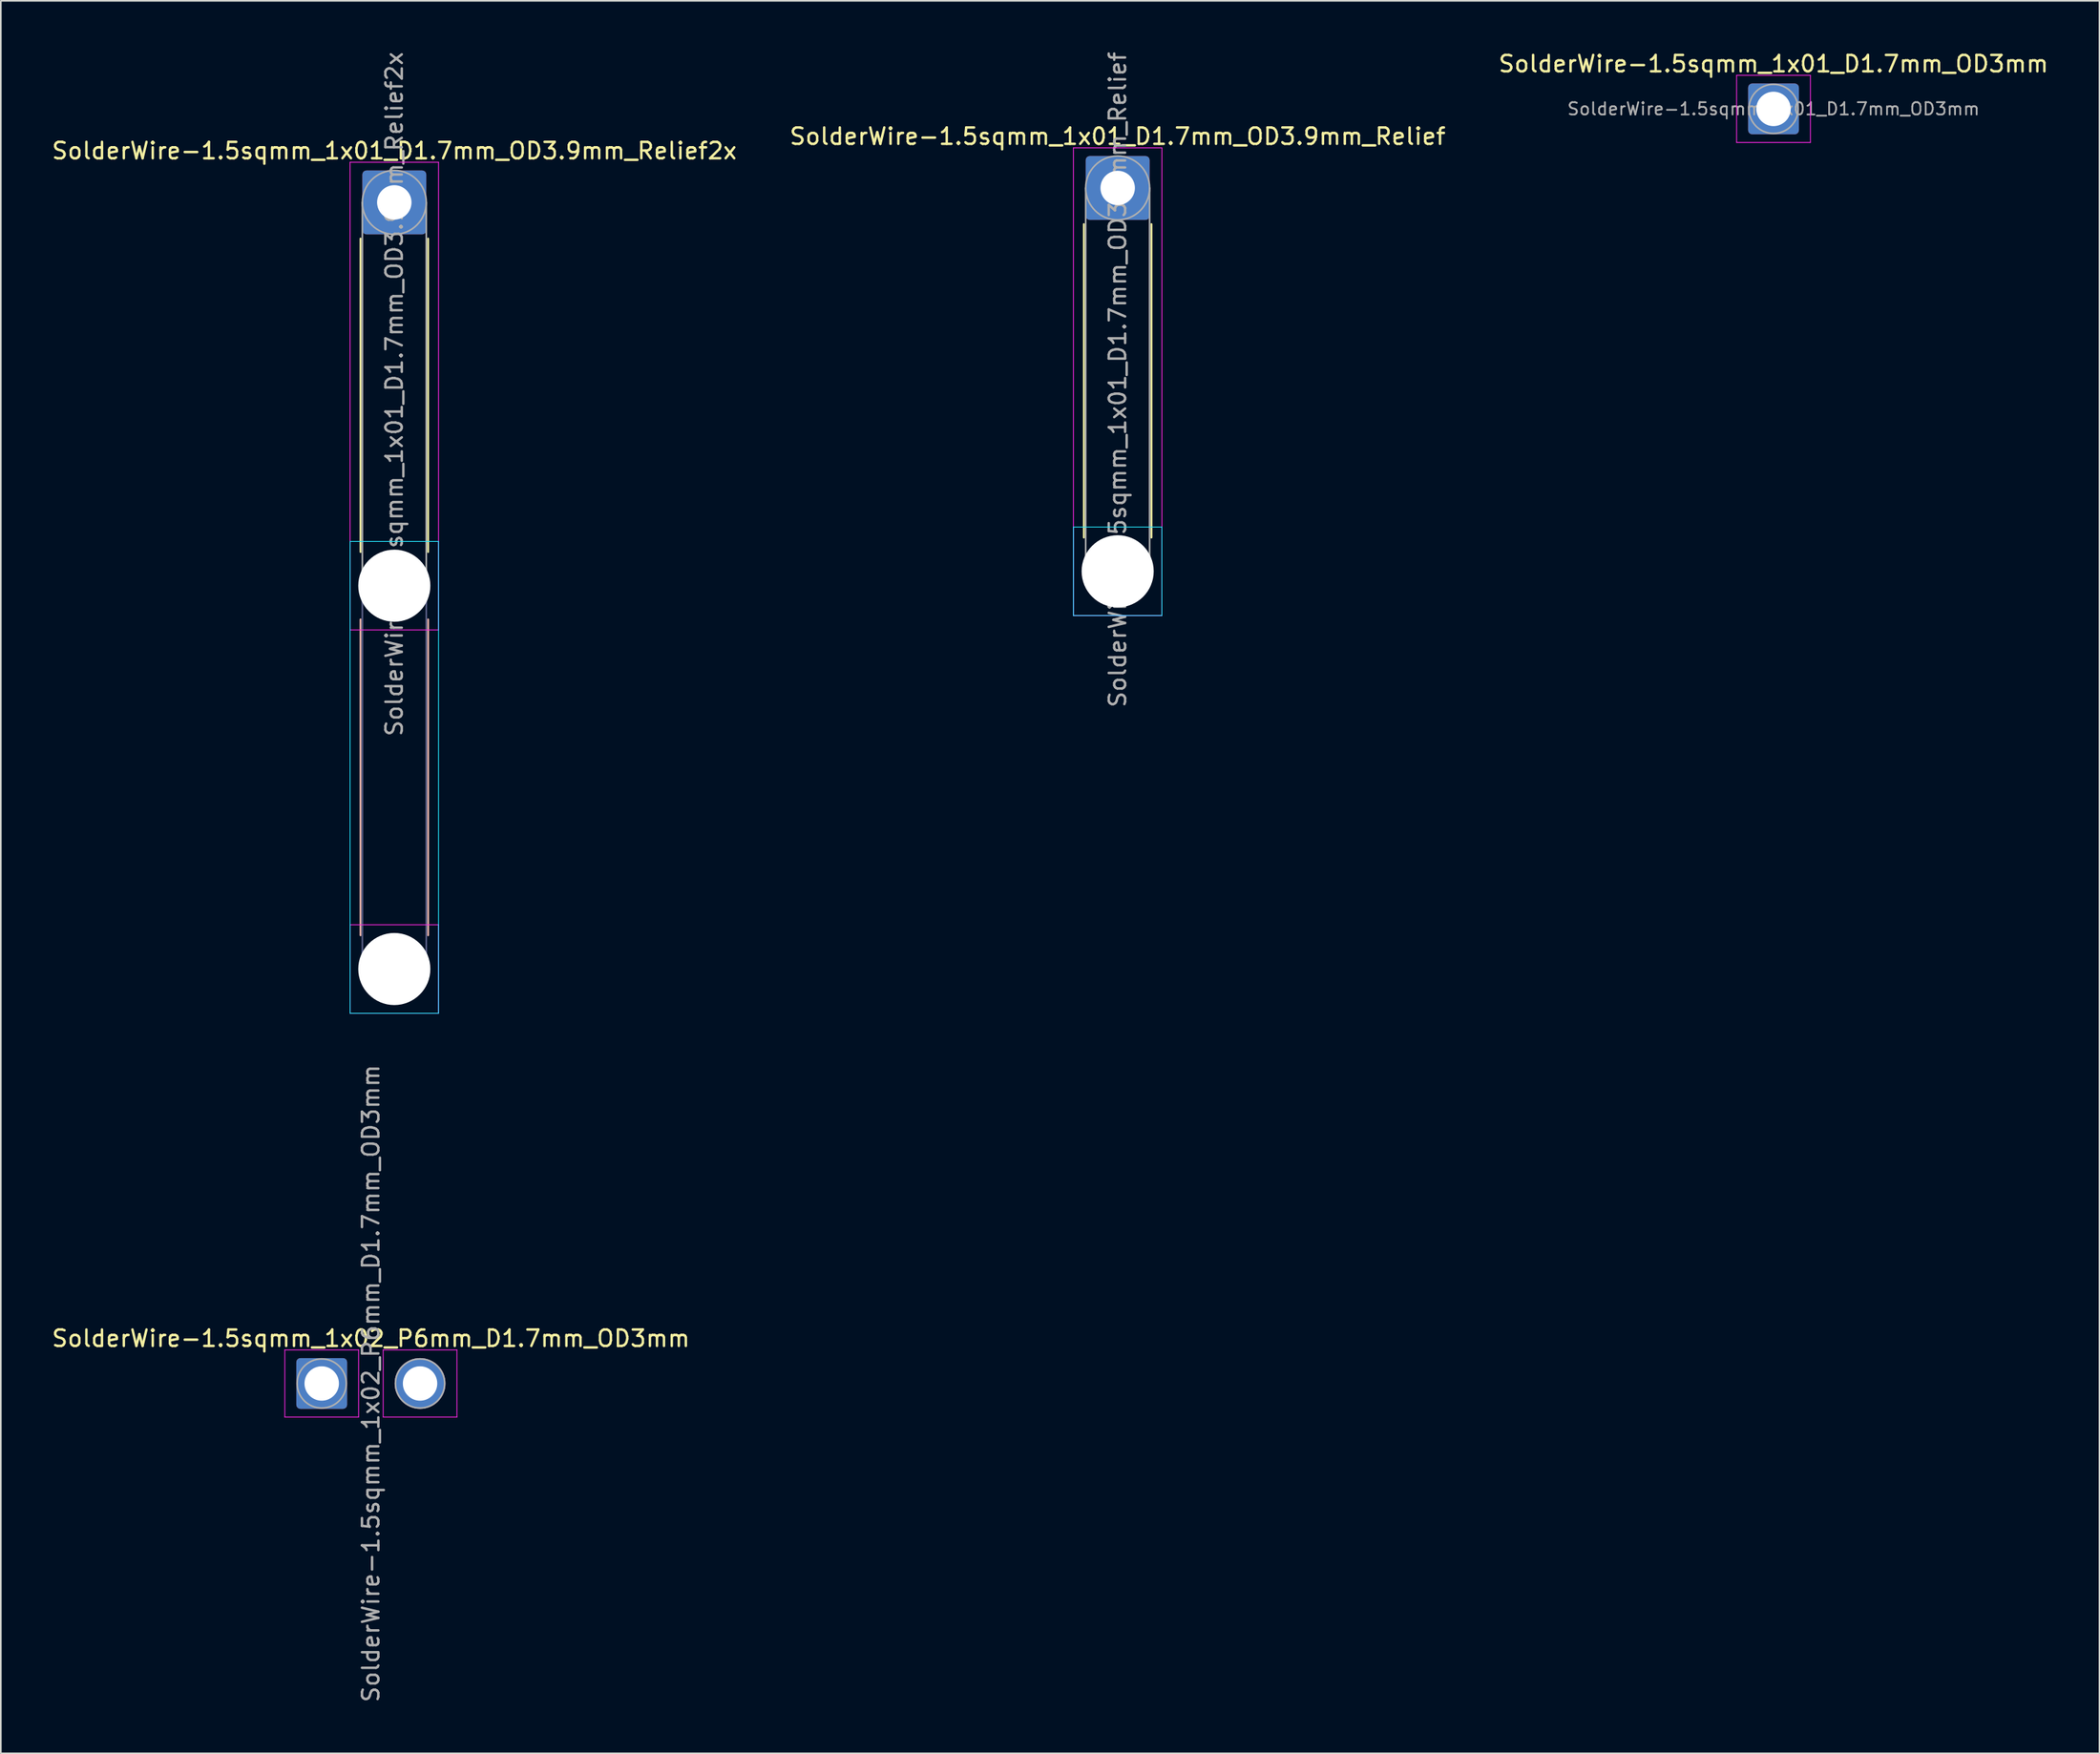
<source format=kicad_pcb>
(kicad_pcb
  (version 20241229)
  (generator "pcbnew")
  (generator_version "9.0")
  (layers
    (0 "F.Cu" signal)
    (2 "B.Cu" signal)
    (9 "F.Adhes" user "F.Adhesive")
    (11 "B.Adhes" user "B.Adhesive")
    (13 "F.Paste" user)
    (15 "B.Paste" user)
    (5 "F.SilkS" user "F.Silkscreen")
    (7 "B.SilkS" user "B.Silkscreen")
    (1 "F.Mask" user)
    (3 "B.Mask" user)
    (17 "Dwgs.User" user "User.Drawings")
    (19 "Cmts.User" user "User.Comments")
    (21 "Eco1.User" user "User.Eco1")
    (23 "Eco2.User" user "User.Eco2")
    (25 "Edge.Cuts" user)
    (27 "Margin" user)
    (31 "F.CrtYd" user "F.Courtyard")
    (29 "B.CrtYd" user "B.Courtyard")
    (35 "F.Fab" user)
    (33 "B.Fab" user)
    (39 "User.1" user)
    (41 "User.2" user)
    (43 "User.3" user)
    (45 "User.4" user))
  (footprint "SolderWire-1.5sqmm_1x01_D1.7mm_OD3.9mm_Relief2x"
    (layer "F.Cu")
    (at 21.006 9.306)
    (property "Reference" "SolderWire-1.5sqmm_1x01_D1.7mm_OD3.9mm_Relief2x" (at 0 -3.15 0) (layer "F.SilkS") (effects (font (size 1 1) (thickness 0.15))))
    (attr exclude_from_pos_files exclude_from_bom)
    (fp_line (start -2.06 2.21) (end -2.06 21.34) (stroke (width 0.12) (type solid)) (layer "F.SilkS"))
    (fp_line (start 2.06 2.21) (end 2.06 21.34) (stroke (width 0.12) (type solid)) (layer "F.SilkS"))
    (fp_line (start -2.06 25.46) (end -2.06 44.74) (stroke (width 0.12) (type solid)) (layer "B.SilkS"))
    (fp_line (start 2.06 25.46) (end 2.06 44.74) (stroke (width 0.12) (type solid)) (layer "B.SilkS"))
    (fp_line (start -2.7 20.7) (end -2.7 49.5) (stroke (width 0.05) (type solid)) (layer "B.CrtYd"))
    (fp_line (start -2.7 49.5) (end 2.7 49.5) (stroke (width 0.05) (type solid)) (layer "B.CrtYd"))
    (fp_line (start 2.7 20.7) (end -2.7 20.7) (stroke (width 0.05) (type solid)) (layer "B.CrtYd"))
    (fp_line (start 2.7 49.5) (end 2.7 20.7) (stroke (width 0.05) (type solid)) (layer "B.CrtYd"))
    (fp_line (start -2.7 -2.45) (end -2.7 26.1) (stroke (width 0.05) (type solid)) (layer "F.CrtYd"))
    (fp_line (start -2.7 26.1) (end 2.7 26.1) (stroke (width 0.05) (type solid)) (layer "F.CrtYd"))
    (fp_line (start -2.7 44.1) (end -2.7 49.5) (stroke (width 0.05) (type solid)) (layer "F.CrtYd"))
    (fp_line (start -2.7 49.5) (end 2.7 49.5) (stroke (width 0.05) (type solid)) (layer "F.CrtYd"))
    (fp_line (start 2.7 -2.45) (end -2.7 -2.45) (stroke (width 0.05) (type solid)) (layer "F.CrtYd"))
    (fp_line (start 2.7 26.1) (end 2.7 -2.45) (stroke (width 0.05) (type solid)) (layer "F.CrtYd"))
    (fp_line (start 2.7 44.1) (end -2.7 44.1) (stroke (width 0.05) (type solid)) (layer "F.CrtYd"))
    (fp_line (start 2.7 49.5) (end 2.7 44.1) (stroke (width 0.05) (type solid)) (layer "F.CrtYd"))
    (fp_line (start -1.95 23.4) (end -1.95 46.8) (stroke (width 0.1) (type solid)) (layer "B.Fab"))
    (fp_line (start 1.95 23.4) (end 1.95 46.8) (stroke (width 0.1) (type solid)) (layer "B.Fab"))
    (fp_circle (center 0 23.4) (end 1.95 23.4) (stroke (width 0.1) (type solid)) (fill no) (layer "B.Fab"))
    (fp_circle (center 0 46.8) (end 1.95 46.8) (stroke (width 0.1) (type solid)) (fill no) (layer "B.Fab"))
    (fp_line (start -1.95 0) (end -1.95 23.4) (stroke (width 0.1) (type solid)) (layer "F.Fab"))
    (fp_line (start 1.95 0) (end 1.95 23.4) (stroke (width 0.1) (type solid)) (layer "F.Fab"))
    (fp_circle (center 0 0) (end 1.95 0) (stroke (width 0.1) (type solid)) (fill no) (layer "F.Fab"))
    (fp_circle (center 0 23.4) (end 1.95 23.4) (stroke (width 0.1) (type solid)) (fill no) (layer "F.Fab"))
    (fp_circle (center 0 46.8) (end 1.95 46.8) (stroke (width 0.1) (type solid)) (fill no) (layer "F.Fab"))
    (fp_text user "${REFERENCE}" (at 0 11.7 90) (layer "F.Fab") (effects (font (size 1 1) (thickness 0.15))))
    (pad "" np_thru_hole circle (at 0 23.4) (size 4.4 4.4) (drill 4.4) (layers "*.Cu" "*.Mask"))
    (pad "" np_thru_hole circle (at 0 46.8) (size 4.4 4.4) (drill 4.4) (layers "*.Cu" "*.Mask"))
    (pad "1" thru_hole roundrect (at 0 0) (size 3.9 3.9) (drill 2.1) (layers "*.Cu" "*.Mask") (roundrect_rratio 0.064)))
  (footprint "SolderWire-1.5sqmm_1x01_D1.7mm_OD3.9mm_Relief"
    (layer "F.Cu")
    (at 65.137 8.425)
    (property "Reference" "SolderWire-1.5sqmm_1x01_D1.7mm_OD3.9mm_Relief" (at 0 -3.15 0) (layer "F.SilkS") (effects (font (size 1 1) (thickness 0.15))))
    (attr exclude_from_pos_files exclude_from_bom)
    (fp_line (start -2.06 2.21) (end -2.06 21.34) (stroke (width 0.12) (type solid)) (layer "F.SilkS"))
    (fp_line (start 2.06 2.21) (end 2.06 21.34) (stroke (width 0.12) (type solid)) (layer "F.SilkS"))
    (fp_line (start -2.7 20.7) (end -2.7 26.1) (stroke (width 0.05) (type solid)) (layer "B.CrtYd"))
    (fp_line (start -2.7 26.1) (end 2.7 26.1) (stroke (width 0.05) (type solid)) (layer "B.CrtYd"))
    (fp_line (start 2.7 20.7) (end -2.7 20.7) (stroke (width 0.05) (type solid)) (layer "B.CrtYd"))
    (fp_line (start 2.7 26.1) (end 2.7 20.7) (stroke (width 0.05) (type solid)) (layer "B.CrtYd"))
    (fp_line (start -2.7 -2.45) (end -2.7 26.1) (stroke (width 0.05) (type solid)) (layer "F.CrtYd"))
    (fp_line (start -2.7 26.1) (end 2.7 26.1) (stroke (width 0.05) (type solid)) (layer "F.CrtYd"))
    (fp_line (start 2.7 -2.45) (end -2.7 -2.45) (stroke (width 0.05) (type solid)) (layer "F.CrtYd"))
    (fp_line (start 2.7 26.1) (end 2.7 -2.45) (stroke (width 0.05) (type solid)) (layer "F.CrtYd"))
    (fp_line (start -1.95 0) (end -1.95 23.4) (stroke (width 0.1) (type solid)) (layer "F.Fab"))
    (fp_line (start 1.95 0) (end 1.95 23.4) (stroke (width 0.1) (type solid)) (layer "F.Fab"))
    (fp_circle (center 0 0) (end 1.95 0) (stroke (width 0.1) (type solid)) (fill no) (layer "F.Fab"))
    (fp_circle (center 0 23.4) (end 1.95 23.4) (stroke (width 0.1) (type solid)) (fill no) (layer "F.Fab"))
    (fp_text user "${REFERENCE}" (at 0 11.7 90) (layer "F.Fab") (effects (font (size 1 1) (thickness 0.15))))
    (pad "" np_thru_hole circle (at 0 23.4) (size 4.4 4.4) (drill 4.4) (layers "*.Cu" "*.Mask"))
    (pad "1" thru_hole roundrect (at 0 0) (size 3.9 3.9) (drill 2.1) (layers "*.Cu" "*.Mask") (roundrect_rratio 0.064)))
  (footprint "SolderWire-1.5sqmm_1x01_D1.7mm_OD3mm"
    (layer "F.Cu")
    (at 105.149 3.598)
    (property "Reference" "SolderWire-1.5sqmm_1x01_D1.7mm_OD3mm" (at 0 -2.75 0) (layer "F.SilkS") (effects (font (size 1 1) (thickness 0.15))))
    (attr exclude_from_pos_files exclude_from_bom)
    (fp_line (start -2.25 -2.05) (end -2.25 2.05) (stroke (width 0.05) (type solid)) (layer "F.CrtYd"))
    (fp_line (start -2.25 2.05) (end 2.25 2.05) (stroke (width 0.05) (type solid)) (layer "F.CrtYd"))
    (fp_line (start 2.25 -2.05) (end -2.25 -2.05) (stroke (width 0.05) (type solid)) (layer "F.CrtYd"))
    (fp_line (start 2.25 2.05) (end 2.25 -2.05) (stroke (width 0.05) (type solid)) (layer "F.CrtYd"))
    (fp_circle (center 0 0) (end 1.5 0) (stroke (width 0.1) (type solid)) (fill no) (layer "F.Fab"))
    (fp_text user "${REFERENCE}" (at 0 0 0) (layer "F.Fab") (effects (font (size 0.75 0.75) (thickness 0.11))))
    (pad "1" thru_hole roundrect (at 0 0) (size 3.1 3.1) (drill 2.1) (layers "*.Cu" "*.Mask") (roundrect_rratio 0.081)))
  (footprint "SolderWire-1.5sqmm_1x02_P6mm_D1.7mm_OD3mm"
    (layer "F.Cu")
    (at 16.577 81.408)
    (property "Reference" "SolderWire-1.5sqmm_1x02_P6mm_D1.7mm_OD3mm" (at 3 -2.75 0) (layer "F.SilkS") (effects (font (size 1 1) (thickness 0.15))))
    (attr exclude_from_pos_files exclude_from_bom)
    (fp_line (start -2.25 -2.05) (end -2.25 2.05) (stroke (width 0.05) (type solid)) (layer "F.CrtYd"))
    (fp_line (start -2.25 2.05) (end 2.25 2.05) (stroke (width 0.05) (type solid)) (layer "F.CrtYd"))
    (fp_line (start 2.25 -2.05) (end -2.25 -2.05) (stroke (width 0.05) (type solid)) (layer "F.CrtYd"))
    (fp_line (start 2.25 2.05) (end 2.25 -2.05) (stroke (width 0.05) (type solid)) (layer "F.CrtYd"))
    (fp_line (start 3.75 -2.05) (end 3.75 2.05) (stroke (width 0.05) (type solid)) (layer "F.CrtYd"))
    (fp_line (start 3.75 2.05) (end 8.25 2.05) (stroke (width 0.05) (type solid)) (layer "F.CrtYd"))
    (fp_line (start 8.25 -2.05) (end 3.75 -2.05) (stroke (width 0.05) (type solid)) (layer "F.CrtYd"))
    (fp_line (start 8.25 2.05) (end 8.25 -2.05) (stroke (width 0.05) (type solid)) (layer "F.CrtYd"))
    (fp_circle (center 0 0) (end 1.5 0) (stroke (width 0.1) (type solid)) (fill no) (layer "F.Fab"))
    (fp_circle (center 6 0) (end 7.5 0) (stroke (width 0.1) (type solid)) (fill no) (layer "F.Fab"))
    (fp_text user "${REFERENCE}" (at 3 0 90) (layer "F.Fab") (effects (font (size 1 1) (thickness 0.15))))
    (pad "1" thru_hole roundrect (at 0 0) (size 3.1 3.1) (drill 2.1) (layers "*.Cu" "*.Mask") (roundrect_rratio 0.081))
    (pad "2" thru_hole circle (at 6 0) (size 3.1 3.1) (drill 2.1) (layers "*.Cu" "*.Mask")))
  (gr_rect
    (start -3 -3)
    (end 125.036 103.986)
    (stroke (width 0.1) (type default))
    (fill no)
    (layer "Edge.Cuts")))
</source>
